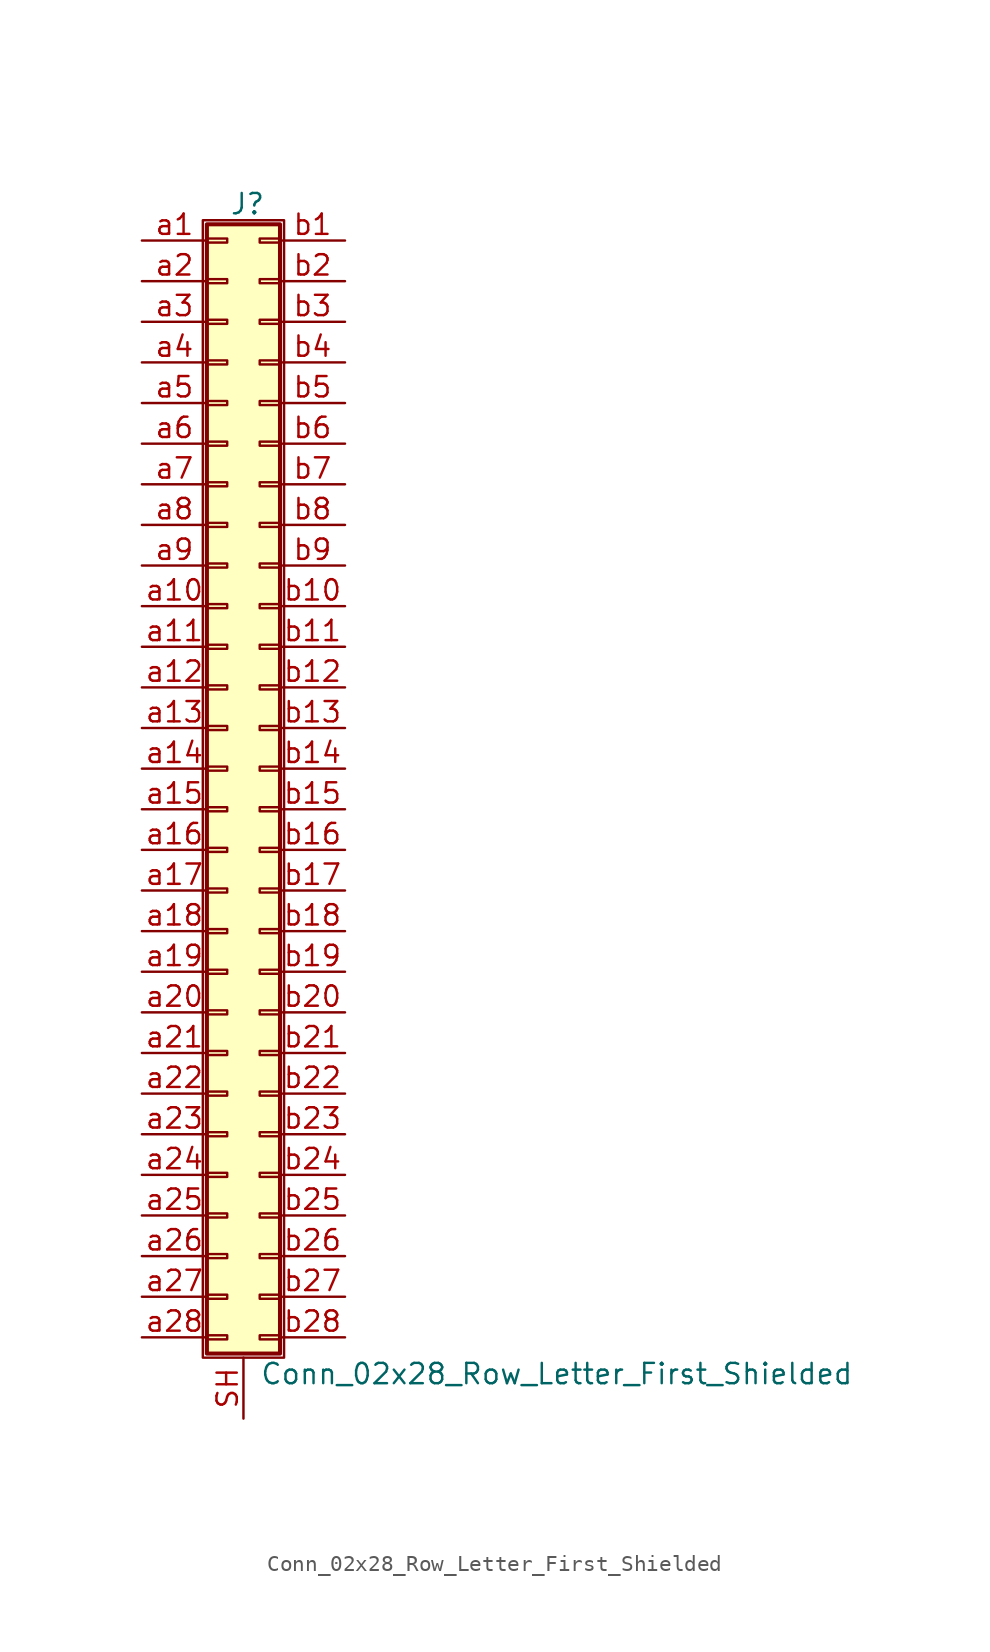
<source format=kicad_sym>
(kicad_symbol_lib
  (version 20220914)
  (generator kicad_symbol_editor)
  (symbol "Conn_02x28_Row_Letter_First_Shielded"
    (pin_names
      (offset 1.016) hide)
    (property "Reference" "J"
      (at 1.524 35.306 0)
      (effects (font (size 1.27 1.27))))
    (property "Value" "Conn_02x28_Row_Letter_First_Shielded"
      (at 2.286 -37.846 0)
      (effects (font (size 1.27 1.27)) (justify left)))
    (symbol "Conn_02x28_Row_Letter_First_Shielded_1_1"
      (rectangle (start -1.27 34.29) (end 3.81 -36.83) (stroke (width 0.152) (type default)) (fill (type none)))
      (rectangle (start -1.016 -35.433) (end 0.254 -35.687) (stroke (width 0.152) (type default)) (fill (type none)))
      (rectangle (start -1.016 -32.893) (end 0.254 -33.147) (stroke (width 0.152) (type default)) (fill (type none)))
      (rectangle (start -1.016 -30.353) (end 0.254 -30.607) (stroke (width 0.152) (type default)) (fill (type none)))
      (rectangle (start -1.016 -27.813) (end 0.254 -28.067) (stroke (width 0.152) (type default)) (fill (type none)))
      (rectangle (start -1.016 -25.273) (end 0.254 -25.527) (stroke (width 0.152) (type default)) (fill (type none)))
      (rectangle (start -1.016 -22.733) (end 0.254 -22.987) (stroke (width 0.152) (type default)) (fill (type none)))
      (rectangle (start -1.016 -20.193) (end 0.254 -20.447) (stroke (width 0.152) (type default)) (fill (type none)))
      (rectangle (start -1.016 -17.653) (end 0.254 -17.907) (stroke (width 0.152) (type default)) (fill (type none)))
      (rectangle (start -1.016 -15.113) (end 0.254 -15.367) (stroke (width 0.152) (type default)) (fill (type none)))
      (rectangle (start -1.016 -12.573) (end 0.254 -12.827) (stroke (width 0.152) (type default)) (fill (type none)))
      (rectangle (start -1.016 -10.033) (end 0.254 -10.287) (stroke (width 0.152) (type default)) (fill (type none)))
      (rectangle (start -1.016 -7.493) (end 0.254 -7.747) (stroke (width 0.152) (type default)) (fill (type none)))
      (rectangle (start -1.016 -4.953) (end 0.254 -5.207) (stroke (width 0.152) (type default)) (fill (type none)))
      (rectangle (start -1.016 -2.413) (end 0.254 -2.667) (stroke (width 0.152) (type default)) (fill (type none)))
      (rectangle (start -1.016 0.127) (end 0.254 -0.127) (stroke (width 0.152) (type default)) (fill (type none)))
      (rectangle (start -1.016 2.667) (end 0.254 2.413) (stroke (width 0.152) (type default)) (fill (type none)))
      (rectangle (start -1.016 5.207) (end 0.254 4.953) (stroke (width 0.152) (type default)) (fill (type none)))
      (rectangle (start -1.016 7.747) (end 0.254 7.493) (stroke (width 0.152) (type default)) (fill (type none)))
      (rectangle (start -1.016 10.287) (end 0.254 10.033) (stroke (width 0.152) (type default)) (fill (type none)))
      (rectangle (start -1.016 12.827) (end 0.254 12.573) (stroke (width 0.152) (type default)) (fill (type none)))
      (rectangle (start -1.016 15.367) (end 0.254 15.113) (stroke (width 0.152) (type default)) (fill (type none)))
      (rectangle (start -1.016 17.907) (end 0.254 17.653) (stroke (width 0.152) (type default)) (fill (type none)))
      (rectangle (start -1.016 20.447) (end 0.254 20.193) (stroke (width 0.152) (type default)) (fill (type none)))
      (rectangle (start -1.016 22.987) (end 0.254 22.733) (stroke (width 0.152) (type default)) (fill (type none)))
      (rectangle (start -1.016 25.527) (end 0.254 25.273) (stroke (width 0.152) (type default)) (fill (type none)))
      (rectangle (start -1.016 28.067) (end 0.254 27.813) (stroke (width 0.152) (type default)) (fill (type none)))
      (rectangle (start -1.016 30.607) (end 0.254 30.353) (stroke (width 0.152) (type default)) (fill (type none)))
      (rectangle (start -1.016 33.147) (end 0.254 32.893) (stroke (width 0.152) (type default)) (fill (type none)))
      (rectangle (start -1.016 34.036) (end 3.556 -36.576) (stroke (width 0.254) (type default)) (fill (type background)))
      (rectangle (start 3.556 -35.433) (end 2.286 -35.687) (stroke (width 0.152) (type default)) (fill (type none)))
      (rectangle (start 3.556 -32.893) (end 2.286 -33.147) (stroke (width 0.152) (type default)) (fill (type none)))
      (rectangle (start 3.556 -30.353) (end 2.286 -30.607) (stroke (width 0.152) (type default)) (fill (type none)))
      (rectangle (start 3.556 -27.813) (end 2.286 -28.067) (stroke (width 0.152) (type default)) (fill (type none)))
      (rectangle (start 3.556 -25.273) (end 2.286 -25.527) (stroke (width 0.152) (type default)) (fill (type none)))
      (rectangle (start 3.556 -22.733) (end 2.286 -22.987) (stroke (width 0.152) (type default)) (fill (type none)))
      (rectangle (start 3.556 -20.193) (end 2.286 -20.447) (stroke (width 0.152) (type default)) (fill (type none)))
      (rectangle (start 3.556 -17.653) (end 2.286 -17.907) (stroke (width 0.152) (type default)) (fill (type none)))
      (rectangle (start 3.556 -15.113) (end 2.286 -15.367) (stroke (width 0.152) (type default)) (fill (type none)))
      (rectangle (start 3.556 -12.573) (end 2.286 -12.827) (stroke (width 0.152) (type default)) (fill (type none)))
      (rectangle (start 3.556 -10.033) (end 2.286 -10.287) (stroke (width 0.152) (type default)) (fill (type none)))
      (rectangle (start 3.556 -7.493) (end 2.286 -7.747) (stroke (width 0.152) (type default)) (fill (type none)))
      (rectangle (start 3.556 -4.953) (end 2.286 -5.207) (stroke (width 0.152) (type default)) (fill (type none)))
      (rectangle (start 3.556 -2.413) (end 2.286 -2.667) (stroke (width 0.152) (type default)) (fill (type none)))
      (rectangle (start 3.556 0.127) (end 2.286 -0.127) (stroke (width 0.152) (type default)) (fill (type none)))
      (rectangle (start 3.556 2.667) (end 2.286 2.413) (stroke (width 0.152) (type default)) (fill (type none)))
      (rectangle (start 3.556 5.207) (end 2.286 4.953) (stroke (width 0.152) (type default)) (fill (type none)))
      (rectangle (start 3.556 7.747) (end 2.286 7.493) (stroke (width 0.152) (type default)) (fill (type none)))
      (rectangle (start 3.556 10.287) (end 2.286 10.033) (stroke (width 0.152) (type default)) (fill (type none)))
      (rectangle (start 3.556 12.827) (end 2.286 12.573) (stroke (width 0.152) (type default)) (fill (type none)))
      (rectangle (start 3.556 15.367) (end 2.286 15.113) (stroke (width 0.152) (type default)) (fill (type none)))
      (rectangle (start 3.556 17.907) (end 2.286 17.653) (stroke (width 0.152) (type default)) (fill (type none)))
      (rectangle (start 3.556 20.447) (end 2.286 20.193) (stroke (width 0.152) (type default)) (fill (type none)))
      (rectangle (start 3.556 22.987) (end 2.286 22.733) (stroke (width 0.152) (type default)) (fill (type none)))
      (rectangle (start 3.556 25.527) (end 2.286 25.273) (stroke (width 0.152) (type default)) (fill (type none)))
      (rectangle (start 3.556 28.067) (end 2.286 27.813) (stroke (width 0.152) (type default)) (fill (type none)))
      (rectangle (start 3.556 30.607) (end 2.286 30.353) (stroke (width 0.152) (type default)) (fill (type none)))
      (rectangle (start 3.556 33.147) (end 2.286 32.893) (stroke (width 0.152) (type default)) (fill (type none)))
      (pin passive line (at 1.27 -40.64 90) (length 3.81) (name "Shield" (effects (font (size 1.27 1.27)))) (number "SH" (effects (font (size 1.27 1.27)))))
      (pin passive line (at -5.08 33.02 0) (length 4.064) (name "Pin_a1" (effects (font (size 1.27 1.27)))) (number "a1" (effects (font (size 1.27 1.27)))))
      (pin passive line (at -5.08 10.16 0) (length 4.064) (name "Pin_a10" (effects (font (size 1.27 1.27)))) (number "a10" (effects (font (size 1.27 1.27)))))
      (pin passive line (at -5.08 7.62 0) (length 4.064) (name "Pin_a11" (effects (font (size 1.27 1.27)))) (number "a11" (effects (font (size 1.27 1.27)))))
      (pin passive line (at -5.08 5.08 0) (length 4.064) (name "Pin_a12" (effects (font (size 1.27 1.27)))) (number "a12" (effects (font (size 1.27 1.27)))))
      (pin passive line (at -5.08 2.54 0) (length 4.064) (name "Pin_a13" (effects (font (size 1.27 1.27)))) (number "a13" (effects (font (size 1.27 1.27)))))
      (pin passive line (at -5.08 0 0) (length 4.064) (name "Pin_a14" (effects (font (size 1.27 1.27)))) (number "a14" (effects (font (size 1.27 1.27)))))
      (pin passive line (at -5.08 -2.54 0) (length 4.064) (name "Pin_a15" (effects (font (size 1.27 1.27)))) (number "a15" (effects (font (size 1.27 1.27)))))
      (pin passive line (at -5.08 -5.08 0) (length 4.064) (name "Pin_a16" (effects (font (size 1.27 1.27)))) (number "a16" (effects (font (size 1.27 1.27)))))
      (pin passive line (at -5.08 -7.62 0) (length 4.064) (name "Pin_a17" (effects (font (size 1.27 1.27)))) (number "a17" (effects (font (size 1.27 1.27)))))
      (pin passive line (at -5.08 -10.16 0) (length 4.064) (name "Pin_a18" (effects (font (size 1.27 1.27)))) (number "a18" (effects (font (size 1.27 1.27)))))
      (pin passive line (at -5.08 -12.7 0) (length 4.064) (name "Pin_a19" (effects (font (size 1.27 1.27)))) (number "a19" (effects (font (size 1.27 1.27)))))
      (pin passive line (at -5.08 30.48 0) (length 4.064) (name "Pin_a2" (effects (font (size 1.27 1.27)))) (number "a2" (effects (font (size 1.27 1.27)))))
      (pin passive line (at -5.08 -15.24 0) (length 4.064) (name "Pin_a20" (effects (font (size 1.27 1.27)))) (number "a20" (effects (font (size 1.27 1.27)))))
      (pin passive line (at -5.08 -17.78 0) (length 4.064) (name "Pin_a21" (effects (font (size 1.27 1.27)))) (number "a21" (effects (font (size 1.27 1.27)))))
      (pin passive line (at -5.08 -20.32 0) (length 4.064) (name "Pin_a22" (effects (font (size 1.27 1.27)))) (number "a22" (effects (font (size 1.27 1.27)))))
      (pin passive line (at -5.08 -22.86 0) (length 4.064) (name "Pin_a23" (effects (font (size 1.27 1.27)))) (number "a23" (effects (font (size 1.27 1.27)))))
      (pin passive line (at -5.08 -25.4 0) (length 4.064) (name "Pin_a24" (effects (font (size 1.27 1.27)))) (number "a24" (effects (font (size 1.27 1.27)))))
      (pin passive line (at -5.08 -27.94 0) (length 4.064) (name "Pin_a25" (effects (font (size 1.27 1.27)))) (number "a25" (effects (font (size 1.27 1.27)))))
      (pin passive line (at -5.08 -30.48 0) (length 4.064) (name "Pin_a26" (effects (font (size 1.27 1.27)))) (number "a26" (effects (font (size 1.27 1.27)))))
      (pin passive line (at -5.08 -33.02 0) (length 4.064) (name "Pin_a27" (effects (font (size 1.27 1.27)))) (number "a27" (effects (font (size 1.27 1.27)))))
      (pin passive line (at -5.08 -35.56 0) (length 4.064) (name "Pin_a28" (effects (font (size 1.27 1.27)))) (number "a28" (effects (font (size 1.27 1.27)))))
      (pin passive line (at -5.08 27.94 0) (length 4.064) (name "Pin_a3" (effects (font (size 1.27 1.27)))) (number "a3" (effects (font (size 1.27 1.27)))))
      (pin passive line (at -5.08 25.4 0) (length 4.064) (name "Pin_a4" (effects (font (size 1.27 1.27)))) (number "a4" (effects (font (size 1.27 1.27)))))
      (pin passive line (at -5.08 22.86 0) (length 4.064) (name "Pin_a5" (effects (font (size 1.27 1.27)))) (number "a5" (effects (font (size 1.27 1.27)))))
      (pin passive line (at -5.08 20.32 0) (length 4.064) (name "Pin_a6" (effects (font (size 1.27 1.27)))) (number "a6" (effects (font (size 1.27 1.27)))))
      (pin passive line (at -5.08 17.78 0) (length 4.064) (name "Pin_a7" (effects (font (size 1.27 1.27)))) (number "a7" (effects (font (size 1.27 1.27)))))
      (pin passive line (at -5.08 15.24 0) (length 4.064) (name "Pin_a8" (effects (font (size 1.27 1.27)))) (number "a8" (effects (font (size 1.27 1.27)))))
      (pin passive line (at -5.08 12.7 0) (length 4.064) (name "Pin_a9" (effects (font (size 1.27 1.27)))) (number "a9" (effects (font (size 1.27 1.27)))))
      (pin passive line (at 7.62 33.02 180) (length 4.064) (name "Pin_b1" (effects (font (size 1.27 1.27)))) (number "b1" (effects (font (size 1.27 1.27)))))
      (pin passive line (at 7.62 10.16 180) (length 4.064) (name "Pin_b10" (effects (font (size 1.27 1.27)))) (number "b10" (effects (font (size 1.27 1.27)))))
      (pin passive line (at 7.62 7.62 180) (length 4.064) (name "Pin_b11" (effects (font (size 1.27 1.27)))) (number "b11" (effects (font (size 1.27 1.27)))))
      (pin passive line (at 7.62 5.08 180) (length 4.064) (name "Pin_b12" (effects (font (size 1.27 1.27)))) (number "b12" (effects (font (size 1.27 1.27)))))
      (pin passive line (at 7.62 2.54 180) (length 4.064) (name "Pin_b13" (effects (font (size 1.27 1.27)))) (number "b13" (effects (font (size 1.27 1.27)))))
      (pin passive line (at 7.62 0 180) (length 4.064) (name "Pin_b14" (effects (font (size 1.27 1.27)))) (number "b14" (effects (font (size 1.27 1.27)))))
      (pin passive line (at 7.62 -2.54 180) (length 4.064) (name "Pin_b15" (effects (font (size 1.27 1.27)))) (number "b15" (effects (font (size 1.27 1.27)))))
      (pin passive line (at 7.62 -5.08 180) (length 4.064) (name "Pin_b16" (effects (font (size 1.27 1.27)))) (number "b16" (effects (font (size 1.27 1.27)))))
      (pin passive line (at 7.62 -7.62 180) (length 4.064) (name "Pin_b17" (effects (font (size 1.27 1.27)))) (number "b17" (effects (font (size 1.27 1.27)))))
      (pin passive line (at 7.62 -10.16 180) (length 4.064) (name "Pin_b18" (effects (font (size 1.27 1.27)))) (number "b18" (effects (font (size 1.27 1.27)))))
      (pin passive line (at 7.62 -12.7 180) (length 4.064) (name "Pin_b19" (effects (font (size 1.27 1.27)))) (number "b19" (effects (font (size 1.27 1.27)))))
      (pin passive line (at 7.62 30.48 180) (length 4.064) (name "Pin_b2" (effects (font (size 1.27 1.27)))) (number "b2" (effects (font (size 1.27 1.27)))))
      (pin passive line (at 7.62 -15.24 180) (length 4.064) (name "Pin_b20" (effects (font (size 1.27 1.27)))) (number "b20" (effects (font (size 1.27 1.27)))))
      (pin passive line (at 7.62 -17.78 180) (length 4.064) (name "Pin_b21" (effects (font (size 1.27 1.27)))) (number "b21" (effects (font (size 1.27 1.27)))))
      (pin passive line (at 7.62 -20.32 180) (length 4.064) (name "Pin_b22" (effects (font (size 1.27 1.27)))) (number "b22" (effects (font (size 1.27 1.27)))))
      (pin passive line (at 7.62 -22.86 180) (length 4.064) (name "Pin_b23" (effects (font (size 1.27 1.27)))) (number "b23" (effects (font (size 1.27 1.27)))))
      (pin passive line (at 7.62 -25.4 180) (length 4.064) (name "Pin_b24" (effects (font (size 1.27 1.27)))) (number "b24" (effects (font (size 1.27 1.27)))))
      (pin passive line (at 7.62 -27.94 180) (length 4.064) (name "Pin_b25" (effects (font (size 1.27 1.27)))) (number "b25" (effects (font (size 1.27 1.27)))))
      (pin passive line (at 7.62 -30.48 180) (length 4.064) (name "Pin_b26" (effects (font (size 1.27 1.27)))) (number "b26" (effects (font (size 1.27 1.27)))))
      (pin passive line (at 7.62 -33.02 180) (length 4.064) (name "Pin_b27" (effects (font (size 1.27 1.27)))) (number "b27" (effects (font (size 1.27 1.27)))))
      (pin passive line (at 7.62 -35.56 180) (length 4.064) (name "Pin_b28" (effects (font (size 1.27 1.27)))) (number "b28" (effects (font (size 1.27 1.27)))))
      (pin passive line (at 7.62 27.94 180) (length 4.064) (name "Pin_b3" (effects (font (size 1.27 1.27)))) (number "b3" (effects (font (size 1.27 1.27)))))
      (pin passive line (at 7.62 25.4 180) (length 4.064) (name "Pin_b4" (effects (font (size 1.27 1.27)))) (number "b4" (effects (font (size 1.27 1.27)))))
      (pin passive line (at 7.62 22.86 180) (length 4.064) (name "Pin_b5" (effects (font (size 1.27 1.27)))) (number "b5" (effects (font (size 1.27 1.27)))))
      (pin passive line (at 7.62 20.32 180) (length 4.064) (name "Pin_b6" (effects (font (size 1.27 1.27)))) (number "b6" (effects (font (size 1.27 1.27)))))
      (pin passive line (at 7.62 17.78 180) (length 4.064) (name "Pin_b7" (effects (font (size 1.27 1.27)))) (number "b7" (effects (font (size 1.27 1.27)))))
      (pin passive line (at 7.62 15.24 180) (length 4.064) (name "Pin_b8" (effects (font (size 1.27 1.27)))) (number "b8" (effects (font (size 1.27 1.27)))))
      (pin passive line (at 7.62 12.7 180) (length 4.064) (name "Pin_b9" (effects (font (size 1.27 1.27)))) (number "b9" (effects (font (size 1.27 1.27))))))))
</source>
